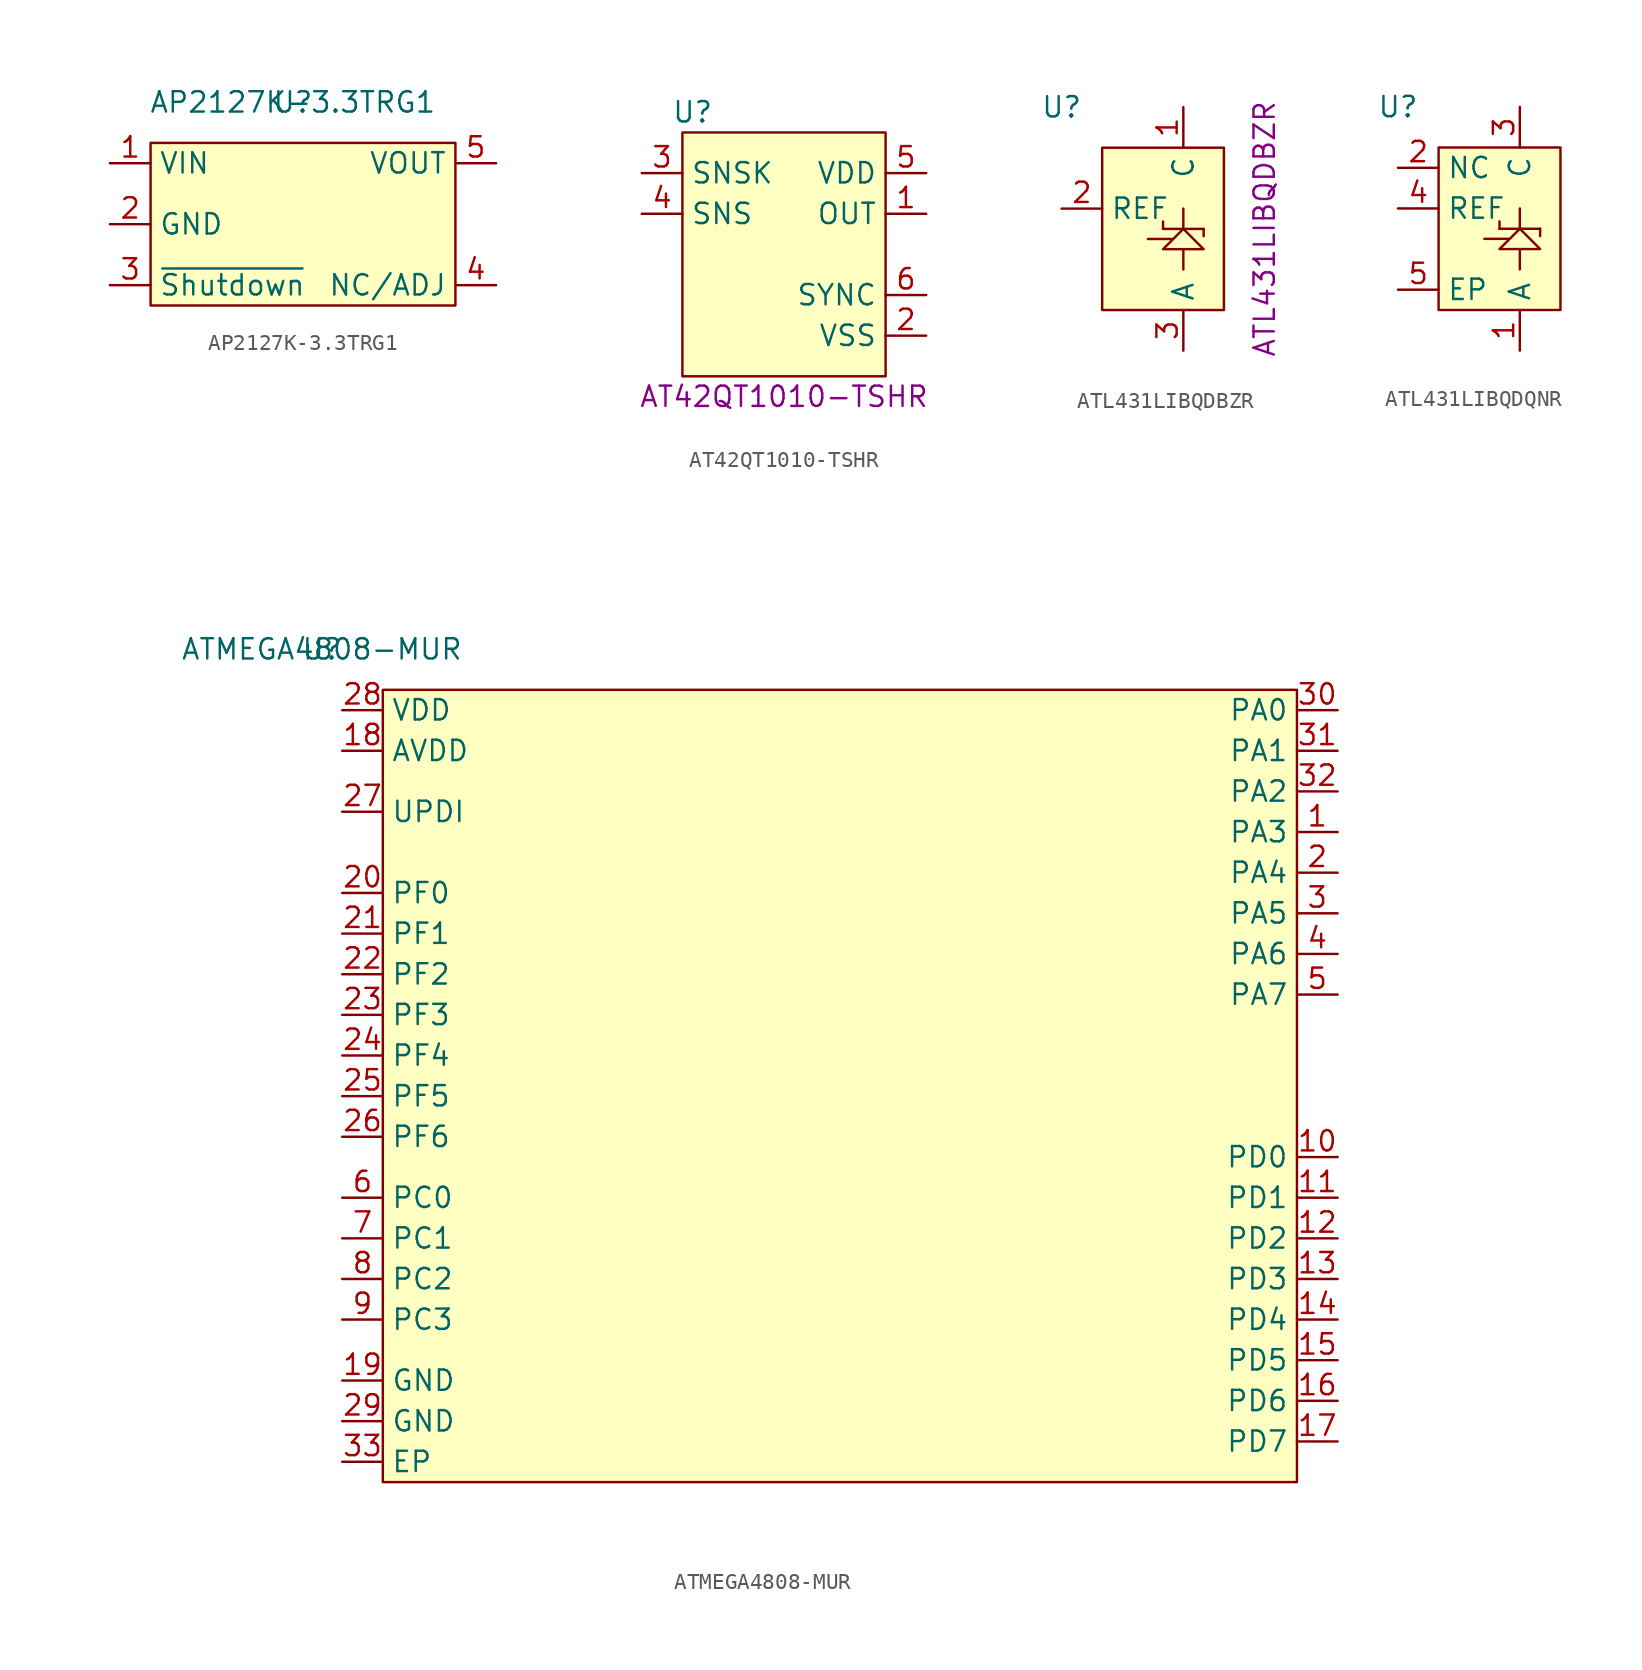
<source format=kicad_sym>
(kicad_symbol_lib
  (version 20241209)
  (generator "kicad_symbol_editor")
  (generator_version "9.0")
  (symbol "AP2127K-3.3TRG1"
    (property "Reference" "U"
      (at 0 7.62 0)
      (effects (font (size 1.27 1.27))))
    (property "Value" "AP2127K-3.3TRG1"
      (at 0 7.62 0)
      (effects (font (size 1.27 1.27))))
    (symbol "AP2127K-3.3TRG1_1_1"
      (rectangle (start -8.89 5.08) (end 10.16 -5.08) (stroke (width 0) (type default)) (fill (type background)))
      (pin passive line (at -11.43 3.81 0) (length 2.54) (name "VIN" (effects (font (size 1.27 1.27)))) (number "1" (effects (font (size 1.27 1.27)))))
      (pin passive line (at -11.43 0 0) (length 2.54) (name "GND" (effects (font (size 1.27 1.27)))) (number "2" (effects (font (size 1.27 1.27)))))
      (pin passive line (at -11.43 -3.81 0) (length 2.54) (name "~{Shutdown}" (effects (font (size 1.27 1.27)))) (number "3" (effects (font (size 1.27 1.27)))))
      (pin passive line (at 12.7 3.81 180) (length 2.54) (name "VOUT" (effects (font (size 1.27 1.27)))) (number "5" (effects (font (size 1.27 1.27)))))
      (pin passive line (at 12.7 -3.81 180) (length 2.54) (name "NC/ADJ" (effects (font (size 1.27 1.27)))) (number "4" (effects (font (size 1.27 1.27)))))))
  (symbol "AT42QT1010-TSHR"
    (property "Reference" "U"
      (at -14.605 6.35 0)
      (effects (font (size 1.27 1.27))))
    (property "PartNumber" "AT42QT1010-TSHR"
      (at -8.89 -11.43 0)
      (effects (font (size 1.27 1.27))))
    (symbol "AT42QT1010-TSHR_0_0"
      (pin passive line (at -17.78 2.54 0) (length 2.54) (name "SNSK" (effects (font (size 1.27 1.27)))) (number "3" (effects (font (size 1.27 1.27)))))
      (pin passive line (at -17.78 0 0) (length 2.54) (name "SNS" (effects (font (size 1.27 1.27)))) (number "4" (effects (font (size 1.27 1.27)))))
      (pin passive line (at 0 2.54 180) (length 2.54) (name "VDD" (effects (font (size 1.27 1.27)))) (number "5" (effects (font (size 1.27 1.27)))))
      (pin passive line (at 0 0 180) (length 2.54) (name "OUT" (effects (font (size 1.27 1.27)))) (number "1" (effects (font (size 1.27 1.27)))))
      (pin passive line (at 0 -7.62 180) (length 2.54) (name "VSS" (effects (font (size 1.27 1.27)))) (number "2" (effects (font (size 1.27 1.27))))))
    (symbol "AT42QT1010-TSHR_1_0"
      (pin passive line (at 0 -5.08 180) (length 2.54) (name "SYNC" (effects (font (size 1.27 1.27)))) (number "6" (effects (font (size 1.27 1.27))))))
    (symbol "AT42QT1010-TSHR_1_1"
      (rectangle (start -15.24 5.08) (end -2.54 -10.16) (stroke (width 0) (type default)) (fill (type background)))))
  (symbol "ATL431LIBQDBZR"
    (property "Reference" "U"
      (at -6.35 7.62 0)
      (effects (font (size 1.27 1.27))))
    (property "PartNumber" "ATL431LIBQDBZR"
      (at 6.35 0 90)
      (effects (font (size 1.27 1.27))))
    (symbol "ATL431LIBQDBZR_0_1"
      (polyline (pts (xy 0 0) (xy 0.001 0.461)) (stroke (width 0) (type default)) (fill (type none)))
      (polyline (pts (xy 0 0) (xy 0 0) (xy 0 0)) (stroke (width 0) (type default)) (fill (type none)))
      (polyline (pts (xy 0 0) (xy 2.54 0) (xy 2.54 0) (xy 2.54 0)) (stroke (width 0) (type default)) (fill (type none)))
      (polyline (pts (xy 0.582 -0.631) (xy -0.95 -0.631)) (stroke (width 0) (type default)) (fill (type none)))
      (polyline (pts (xy 1.27 0) (xy 1.27 1.27)) (stroke (width 0) (type default)) (fill (type none)))
      (polyline (pts (xy 1.27 0) (xy 0 -1.27) (xy 2.54 -1.27) (xy 1.27 0)) (stroke (width 0) (type default)) (fill (type none)))
      (polyline (pts (xy 1.27 -1.27) (xy 1.27 -2.54)) (stroke (width 0) (type default)) (fill (type none)))
      (polyline (pts (xy 2.54 0) (xy 2.541 -0.461)) (stroke (width 0) (type default)) (fill (type none))))
    (symbol "ATL431LIBQDBZR_1_1"
      (rectangle (start -3.81 5.08) (end 3.81 -5.08) (stroke (width 0) (type default)) (fill (type background)))
      (pin passive line (at -6.35 1.27 0) (length 2.54) (name "REF" (effects (font (size 1.27 1.27)))) (number "2" (effects (font (size 1.27 1.27)))))
      (pin passive line (at 1.27 7.62 270) (length 2.54) (name "C" (effects (font (size 1.27 1.27)))) (number "1" (effects (font (size 1.27 1.27)))))
      (pin passive line (at 1.27 -7.62 90) (length 2.54) (name "A" (effects (font (size 1.27 1.27)))) (number "3" (effects (font (size 1.27 1.27)))))))
  (symbol "ATL431LIBQDQNR"
    (property "Reference" "U"
      (at -6.35 7.62 0)
      (effects (font (size 1.27 1.27))))
    (symbol "ATL431LIBQDQNR_0_1"
      (polyline (pts (xy 0 0) (xy 0.001 0.461)) (stroke (width 0) (type default)) (fill (type none)))
      (polyline (pts (xy 0 0) (xy 0 0) (xy 0 0)) (stroke (width 0) (type default)) (fill (type none)))
      (polyline (pts (xy 0 0) (xy 2.54 0) (xy 2.54 0) (xy 2.54 0)) (stroke (width 0) (type default)) (fill (type none)))
      (polyline (pts (xy 0.582 -0.631) (xy -0.95 -0.631)) (stroke (width 0) (type default)) (fill (type none)))
      (polyline (pts (xy 1.27 0) (xy 1.27 1.27)) (stroke (width 0) (type default)) (fill (type none)))
      (polyline (pts (xy 1.27 0) (xy 0 -1.27) (xy 2.54 -1.27) (xy 1.27 0)) (stroke (width 0) (type default)) (fill (type none)))
      (polyline (pts (xy 1.27 -1.27) (xy 1.27 -2.54)) (stroke (width 0) (type default)) (fill (type none)))
      (polyline (pts (xy 2.54 0) (xy 2.541 -0.461)) (stroke (width 0) (type default)) (fill (type none))))
    (symbol "ATL431LIBQDQNR_1_1"
      (rectangle (start -3.81 5.08) (end 3.81 -5.08) (stroke (width 0) (type default)) (fill (type background)))
      (pin passive line (at -6.35 3.81 0) (length 2.54) (name "NC" (effects (font (size 1.27 1.27)))) (number "2" (effects (font (size 1.27 1.27)))))
      (pin passive line (at -6.35 1.27 0) (length 2.54) (name "REF" (effects (font (size 1.27 1.27)))) (number "4" (effects (font (size 1.27 1.27)))))
      (pin passive line (at -6.35 -3.81 0) (length 2.54) (name "EP" (effects (font (size 1.27 1.27)))) (number "5" (effects (font (size 1.27 1.27)))))
      (pin passive line (at 1.27 7.62 270) (length 2.54) (name "C" (effects (font (size 1.27 1.27)))) (number "3" (effects (font (size 1.27 1.27)))))
      (pin passive line (at 1.27 -7.62 90) (length 2.54) (name "A" (effects (font (size 1.27 1.27)))) (number "1" (effects (font (size 1.27 1.27)))))))
  (symbol "ATMEGA4808-MUR"
    (property "Reference" "U"
      (at -33.02 26.67 0)
      (effects (font (size 1.27 1.27))))
    (property "Value" "ATMEGA4808-MUR"
      (at -33.02 26.67 0)
      (effects (font (size 1.27 1.27))))
    (symbol "ATMEGA4808-MUR_1_1"
      (rectangle (start -29.21 24.13) (end 27.94 -25.4) (stroke (width 0) (type default)) (fill (type background)))
      (pin power_in line (at -31.75 22.86 0) (length 2.54) (name "VDD" (effects (font (size 1.27 1.27)))) (number "28" (effects (font (size 1.27 1.27)))))
      (pin power_in line (at -31.75 20.32 0) (length 2.54) (name "AVDD" (effects (font (size 1.27 1.27)))) (number "18" (effects (font (size 1.27 1.27)))))
      (pin passive line (at -31.75 16.51 0) (length 2.54) (name "UPDI" (effects (font (size 1.27 1.27)))) (number "27" (effects (font (size 1.27 1.27)))))
      (pin passive line (at -31.75 11.43 0) (length 2.54) (name "PF0" (effects (font (size 1.27 1.27)))) (number "20" (effects (font (size 1.27 1.27)))))
      (pin passive line (at -31.75 8.89 0) (length 2.54) (name "PF1" (effects (font (size 1.27 1.27)))) (number "21" (effects (font (size 1.27 1.27)))))
      (pin passive line (at -31.75 6.35 0) (length 2.54) (name "PF2" (effects (font (size 1.27 1.27)))) (number "22" (effects (font (size 1.27 1.27)))))
      (pin passive line (at -31.75 3.81 0) (length 2.54) (name "PF3" (effects (font (size 1.27 1.27)))) (number "23" (effects (font (size 1.27 1.27)))))
      (pin passive line (at -31.75 1.27 0) (length 2.54) (name "PF4" (effects (font (size 1.27 1.27)))) (number "24" (effects (font (size 1.27 1.27)))))
      (pin passive line (at -31.75 -1.27 0) (length 2.54) (name "PF5" (effects (font (size 1.27 1.27)))) (number "25" (effects (font (size 1.27 1.27)))))
      (pin passive line (at -31.75 -3.81 0) (length 2.54) (name "PF6" (effects (font (size 1.27 1.27)))) (number "26" (effects (font (size 1.27 1.27)))))
      (pin passive line (at -31.75 -7.62 0) (length 2.54) (name "PC0" (effects (font (size 1.27 1.27)))) (number "6" (effects (font (size 1.27 1.27)))))
      (pin passive line (at -31.75 -10.16 0) (length 2.54) (name "PC1" (effects (font (size 1.27 1.27)))) (number "7" (effects (font (size 1.27 1.27)))))
      (pin passive line (at -31.75 -12.7 0) (length 2.54) (name "PC2" (effects (font (size 1.27 1.27)))) (number "8" (effects (font (size 1.27 1.27)))))
      (pin passive line (at -31.75 -15.24 0) (length 2.54) (name "PC3" (effects (font (size 1.27 1.27)))) (number "9" (effects (font (size 1.27 1.27)))))
      (pin power_in line (at -31.75 -19.05 0) (length 2.54) (name "GND" (effects (font (size 1.27 1.27)))) (number "19" (effects (font (size 1.27 1.27)))))
      (pin power_in line (at -31.75 -21.59 0) (length 2.54) (name "GND" (effects (font (size 1.27 1.27)))) (number "29" (effects (font (size 1.27 1.27)))))
      (pin power_in line (at -31.75 -24.13 0) (length 2.54) (name "EP" (effects (font (size 1.27 1.27)))) (number "33" (effects (font (size 1.27 1.27)))))
      (pin passive line (at 30.48 22.86 180) (length 2.54) (name "PA0" (effects (font (size 1.27 1.27)))) (number "30" (effects (font (size 1.27 1.27)))))
      (pin passive line (at 30.48 20.32 180) (length 2.54) (name "PA1" (effects (font (size 1.27 1.27)))) (number "31" (effects (font (size 1.27 1.27)))))
      (pin passive line (at 30.48 17.78 180) (length 2.54) (name "PA2" (effects (font (size 1.27 1.27)))) (number "32" (effects (font (size 1.27 1.27)))))
      (pin passive line (at 30.48 15.24 180) (length 2.54) (name "PA3" (effects (font (size 1.27 1.27)))) (number "1" (effects (font (size 1.27 1.27)))))
      (pin passive line (at 30.48 12.7 180) (length 2.54) (name "PA4" (effects (font (size 1.27 1.27)))) (number "2" (effects (font (size 1.27 1.27)))))
      (pin passive line (at 30.48 10.16 180) (length 2.54) (name "PA5" (effects (font (size 1.27 1.27)))) (number "3" (effects (font (size 1.27 1.27)))))
      (pin passive line (at 30.48 7.62 180) (length 2.54) (name "PA6" (effects (font (size 1.27 1.27)))) (number "4" (effects (font (size 1.27 1.27)))))
      (pin passive line (at 30.48 5.08 180) (length 2.54) (name "PA7" (effects (font (size 1.27 1.27)))) (number "5" (effects (font (size 1.27 1.27)))))
      (pin passive line (at 30.48 -5.08 180) (length 2.54) (name "PD0" (effects (font (size 1.27 1.27)))) (number "10" (effects (font (size 1.27 1.27)))))
      (pin passive line (at 30.48 -7.62 180) (length 2.54) (name "PD1" (effects (font (size 1.27 1.27)))) (number "11" (effects (font (size 1.27 1.27)))))
      (pin passive line (at 30.48 -10.16 180) (length 2.54) (name "PD2" (effects (font (size 1.27 1.27)))) (number "12" (effects (font (size 1.27 1.27)))))
      (pin passive line (at 30.48 -12.7 180) (length 2.54) (name "PD3" (effects (font (size 1.27 1.27)))) (number "13" (effects (font (size 1.27 1.27)))))
      (pin passive line (at 30.48 -15.24 180) (length 2.54) (name "PD4" (effects (font (size 1.27 1.27)))) (number "14" (effects (font (size 1.27 1.27)))))
      (pin passive line (at 30.48 -17.78 180) (length 2.54) (name "PD5" (effects (font (size 1.27 1.27)))) (number "15" (effects (font (size 1.27 1.27)))))
      (pin passive line (at 30.48 -20.32 180) (length 2.54) (name "PD6" (effects (font (size 1.27 1.27)))) (number "16" (effects (font (size 1.27 1.27)))))
      (pin passive line (at 30.48 -22.86 180) (length 2.54) (name "PD7" (effects (font (size 1.27 1.27)))) (number "17" (effects (font (size 1.27 1.27))))))))
</source>
